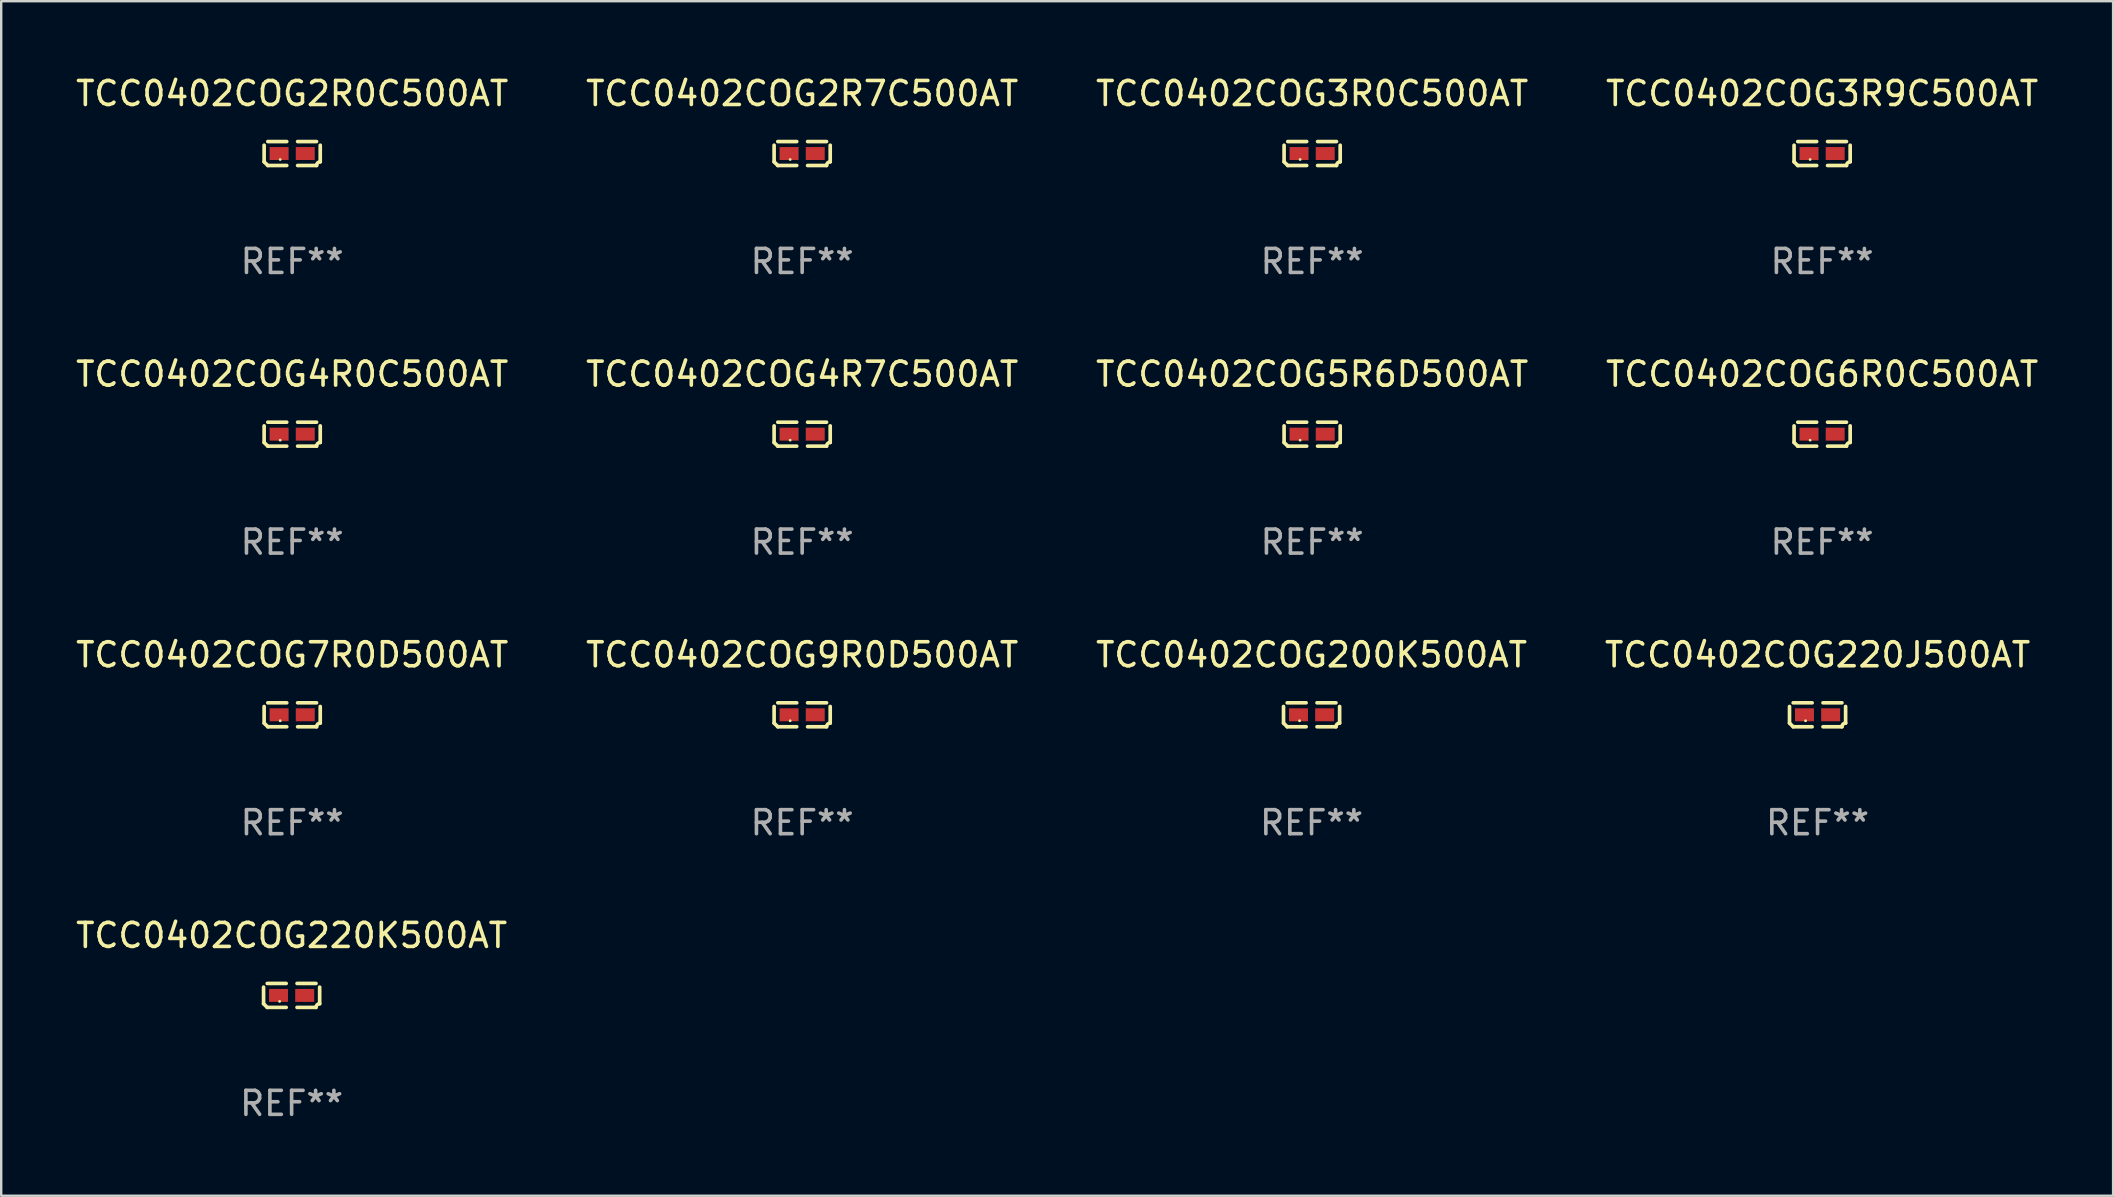
<source format=kicad_pcb>
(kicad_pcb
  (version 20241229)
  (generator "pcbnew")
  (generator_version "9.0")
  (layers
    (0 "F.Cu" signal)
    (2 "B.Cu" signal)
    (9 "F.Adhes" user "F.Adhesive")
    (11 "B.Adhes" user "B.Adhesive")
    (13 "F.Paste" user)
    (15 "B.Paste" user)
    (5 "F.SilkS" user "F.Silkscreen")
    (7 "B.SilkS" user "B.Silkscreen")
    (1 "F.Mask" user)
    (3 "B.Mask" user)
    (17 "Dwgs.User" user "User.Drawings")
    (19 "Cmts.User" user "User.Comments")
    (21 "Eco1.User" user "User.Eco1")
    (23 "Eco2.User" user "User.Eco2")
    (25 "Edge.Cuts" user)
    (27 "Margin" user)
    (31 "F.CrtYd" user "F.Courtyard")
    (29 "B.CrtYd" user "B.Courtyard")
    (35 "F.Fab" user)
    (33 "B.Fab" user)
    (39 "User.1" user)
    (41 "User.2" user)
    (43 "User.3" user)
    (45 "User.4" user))
  (footprint "TCC0402COG9R0D500AT"
    (layer "F.Cu")
    (at 30.375 26.734)
    (property "Reference" "TCC0402COG9R0D500AT" (at 0 -2.499 0) (layer "F.SilkS") (effects (font (size 1 1) (thickness 0.15))))
    (attr through_hole)
    (fp_line (start -1.169 0.346) (end -1.169 -0.346) (stroke (width 0.152) (type solid)) (layer "F.SilkS"))
    (fp_line (start -1.016 -0.499) (end -0.226 -0.499) (stroke (width 0.152) (type solid)) (layer "F.SilkS"))
    (fp_line (start -0.226 0.499) (end -1.016 0.499) (stroke (width 0.152) (type solid)) (layer "F.SilkS"))
    (fp_line (start 0.226 0.499) (end 1.016 0.499) (stroke (width 0.152) (type solid)) (layer "F.SilkS"))
    (fp_line (start 1.016 -0.499) (end 0.226 -0.499) (stroke (width 0.152) (type solid)) (layer "F.SilkS"))
    (fp_line (start 1.169 0.346) (end 1.169 -0.346) (stroke (width 0.152) (type solid)) (layer "F.SilkS"))
    (fp_arc (start -1.016307 0.498603) (mid -1.092512 0.422405) (end -1.16871 0.3462) (stroke (width 0.1524) (type solid)) (layer "F.SilkS"))
    (fp_arc (start 1.016307 0.498603) (mid 1.060899 0.390758) (end 1.168707 0.346076) (stroke (width 0.1524) (type solid)) (layer "F.SilkS"))
    (fp_circle (center -0.5 0.25) (end -0.47 0.25) (stroke (width 0.06) (type solid)) (fill no) (layer "F.SilkS"))
    (fp_text user "REF**" (at 0 4.499 0) (layer "F.Fab") (effects (font (size 1 1) (thickness 0.15))))
    (pad "1" smd rect (at -0.545 0) (size 0.79 0.54) (layers "F.Cu" "F.Mask" "F.Paste"))
    (pad "2" smd rect (at 0.545 0) (size 0.79 0.54) (layers "F.Cu" "F.Mask" "F.Paste")))
  (footprint "TCC0402COG200K500AT"
    (layer "F.Cu")
    (at 51.601 26.734)
    (property "Reference" "TCC0402COG200K500AT" (at 0 -2.499 0) (layer "F.SilkS") (effects (font (size 1 1) (thickness 0.15))))
    (attr through_hole)
    (fp_line (start -1.169 0.346) (end -1.169 -0.346) (stroke (width 0.152) (type solid)) (layer "F.SilkS"))
    (fp_line (start -1.016 -0.499) (end -0.226 -0.499) (stroke (width 0.152) (type solid)) (layer "F.SilkS"))
    (fp_line (start -0.226 0.499) (end -1.016 0.499) (stroke (width 0.152) (type solid)) (layer "F.SilkS"))
    (fp_line (start 0.226 0.499) (end 1.016 0.499) (stroke (width 0.152) (type solid)) (layer "F.SilkS"))
    (fp_line (start 1.016 -0.499) (end 0.226 -0.499) (stroke (width 0.152) (type solid)) (layer "F.SilkS"))
    (fp_line (start 1.169 0.346) (end 1.169 -0.346) (stroke (width 0.152) (type solid)) (layer "F.SilkS"))
    (fp_arc (start -1.016307 0.498603) (mid -1.092512 0.422405) (end -1.16871 0.3462) (stroke (width 0.1524) (type solid)) (layer "F.SilkS"))
    (fp_arc (start 1.016307 0.498603) (mid 1.060899 0.390758) (end 1.168707 0.346076) (stroke (width 0.1524) (type solid)) (layer "F.SilkS"))
    (fp_circle (center -0.5 0.25) (end -0.47 0.25) (stroke (width 0.06) (type solid)) (fill no) (layer "F.SilkS"))
    (fp_text user "REF**" (at 0 4.499 0) (layer "F.Fab") (effects (font (size 1 1) (thickness 0.15))))
    (pad "1" smd rect (at -0.545 0) (size 0.79 0.54) (layers "F.Cu" "F.Mask" "F.Paste"))
    (pad "2" smd rect (at 0.545 0) (size 0.79 0.54) (layers "F.Cu" "F.Mask" "F.Paste")))
  (footprint "TCC0402COG3R0C500AT"
    (layer "F.Cu")
    (at 51.625 3.347)
    (property "Reference" "TCC0402COG3R0C500AT" (at 0 -2.499 0) (layer "F.SilkS") (effects (font (size 1 1) (thickness 0.15))))
    (attr through_hole)
    (fp_line (start -1.169 0.346) (end -1.169 -0.346) (stroke (width 0.152) (type solid)) (layer "F.SilkS"))
    (fp_line (start -1.016 -0.499) (end -0.226 -0.499) (stroke (width 0.152) (type solid)) (layer "F.SilkS"))
    (fp_line (start -0.226 0.499) (end -1.016 0.499) (stroke (width 0.152) (type solid)) (layer "F.SilkS"))
    (fp_line (start 0.226 0.499) (end 1.016 0.499) (stroke (width 0.152) (type solid)) (layer "F.SilkS"))
    (fp_line (start 1.016 -0.499) (end 0.226 -0.499) (stroke (width 0.152) (type solid)) (layer "F.SilkS"))
    (fp_line (start 1.169 0.346) (end 1.169 -0.346) (stroke (width 0.152) (type solid)) (layer "F.SilkS"))
    (fp_arc (start -1.016307 0.498603) (mid -1.092512 0.422405) (end -1.16871 0.3462) (stroke (width 0.1524) (type solid)) (layer "F.SilkS"))
    (fp_arc (start 1.016307 0.498603) (mid 1.060899 0.390758) (end 1.168707 0.346076) (stroke (width 0.1524) (type solid)) (layer "F.SilkS"))
    (fp_circle (center -0.5 0.25) (end -0.47 0.25) (stroke (width 0.06) (type solid)) (fill no) (layer "F.SilkS"))
    (fp_text user "REF**" (at 0 4.499 0) (layer "F.Fab") (effects (font (size 1 1) (thickness 0.15))))
    (pad "1" smd rect (at -0.545 0) (size 0.79 0.54) (layers "F.Cu" "F.Mask" "F.Paste"))
    (pad "2" smd rect (at 0.545 0) (size 0.79 0.54) (layers "F.Cu" "F.Mask" "F.Paste")))
  (footprint "TCC0402COG6R0C500AT"
    (layer "F.Cu")
    (at 72.875 15.041)
    (property "Reference" "TCC0402COG6R0C500AT" (at 0 -2.499 0) (layer "F.SilkS") (effects (font (size 1 1) (thickness 0.15))))
    (attr through_hole)
    (fp_line (start -1.169 0.346) (end -1.169 -0.346) (stroke (width 0.152) (type solid)) (layer "F.SilkS"))
    (fp_line (start -1.016 -0.499) (end -0.226 -0.499) (stroke (width 0.152) (type solid)) (layer "F.SilkS"))
    (fp_line (start -0.226 0.499) (end -1.016 0.499) (stroke (width 0.152) (type solid)) (layer "F.SilkS"))
    (fp_line (start 0.226 0.499) (end 1.016 0.499) (stroke (width 0.152) (type solid)) (layer "F.SilkS"))
    (fp_line (start 1.016 -0.499) (end 0.226 -0.499) (stroke (width 0.152) (type solid)) (layer "F.SilkS"))
    (fp_line (start 1.169 0.346) (end 1.169 -0.346) (stroke (width 0.152) (type solid)) (layer "F.SilkS"))
    (fp_arc (start -1.016307 0.498603) (mid -1.092512 0.422405) (end -1.16871 0.3462) (stroke (width 0.1524) (type solid)) (layer "F.SilkS"))
    (fp_arc (start 1.016307 0.498603) (mid 1.060899 0.390758) (end 1.168707 0.346076) (stroke (width 0.1524) (type solid)) (layer "F.SilkS"))
    (fp_circle (center -0.5 0.25) (end -0.47 0.25) (stroke (width 0.06) (type solid)) (fill no) (layer "F.SilkS"))
    (fp_text user "REF**" (at 0 4.499 0) (layer "F.Fab") (effects (font (size 1 1) (thickness 0.15))))
    (pad "1" smd rect (at -0.545 0) (size 0.79 0.54) (layers "F.Cu" "F.Mask" "F.Paste"))
    (pad "2" smd rect (at 0.545 0) (size 0.79 0.54) (layers "F.Cu" "F.Mask" "F.Paste")))
  (footprint "TCC0402COG3R9C500AT"
    (layer "F.Cu")
    (at 72.875 3.347)
    (property "Reference" "TCC0402COG3R9C500AT" (at 0 -2.499 0) (layer "F.SilkS") (effects (font (size 1 1) (thickness 0.15))))
    (attr through_hole)
    (fp_line (start -1.169 0.346) (end -1.169 -0.346) (stroke (width 0.152) (type solid)) (layer "F.SilkS"))
    (fp_line (start -1.016 -0.499) (end -0.226 -0.499) (stroke (width 0.152) (type solid)) (layer "F.SilkS"))
    (fp_line (start -0.226 0.499) (end -1.016 0.499) (stroke (width 0.152) (type solid)) (layer "F.SilkS"))
    (fp_line (start 0.226 0.499) (end 1.016 0.499) (stroke (width 0.152) (type solid)) (layer "F.SilkS"))
    (fp_line (start 1.016 -0.499) (end 0.226 -0.499) (stroke (width 0.152) (type solid)) (layer "F.SilkS"))
    (fp_line (start 1.169 0.346) (end 1.169 -0.346) (stroke (width 0.152) (type solid)) (layer "F.SilkS"))
    (fp_arc (start -1.016307 0.498603) (mid -1.092512 0.422405) (end -1.16871 0.3462) (stroke (width 0.1524) (type solid)) (layer "F.SilkS"))
    (fp_arc (start 1.016307 0.498603) (mid 1.060899 0.390758) (end 1.168707 0.346076) (stroke (width 0.1524) (type solid)) (layer "F.SilkS"))
    (fp_circle (center -0.5 0.25) (end -0.47 0.25) (stroke (width 0.06) (type solid)) (fill no) (layer "F.SilkS"))
    (fp_text user "REF**" (at 0 4.499 0) (layer "F.Fab") (effects (font (size 1 1) (thickness 0.15))))
    (pad "1" smd rect (at -0.545 0) (size 0.79 0.54) (layers "F.Cu" "F.Mask" "F.Paste"))
    (pad "2" smd rect (at 0.545 0) (size 0.79 0.54) (layers "F.Cu" "F.Mask" "F.Paste")))
  (footprint "TCC0402COG220J500AT"
    (layer "F.Cu")
    (at 72.685 26.734)
    (property "Reference" "TCC0402COG220J500AT" (at 0 -2.499 0) (layer "F.SilkS") (effects (font (size 1 1) (thickness 0.15))))
    (attr through_hole)
    (fp_line (start -1.169 0.346) (end -1.169 -0.346) (stroke (width 0.152) (type solid)) (layer "F.SilkS"))
    (fp_line (start -1.016 -0.499) (end -0.226 -0.499) (stroke (width 0.152) (type solid)) (layer "F.SilkS"))
    (fp_line (start -0.226 0.499) (end -1.016 0.499) (stroke (width 0.152) (type solid)) (layer "F.SilkS"))
    (fp_line (start 0.226 0.499) (end 1.016 0.499) (stroke (width 0.152) (type solid)) (layer "F.SilkS"))
    (fp_line (start 1.016 -0.499) (end 0.226 -0.499) (stroke (width 0.152) (type solid)) (layer "F.SilkS"))
    (fp_line (start 1.169 0.346) (end 1.169 -0.346) (stroke (width 0.152) (type solid)) (layer "F.SilkS"))
    (fp_arc (start -1.016307 0.498603) (mid -1.092512 0.422405) (end -1.16871 0.3462) (stroke (width 0.1524) (type solid)) (layer "F.SilkS"))
    (fp_arc (start 1.016307 0.498603) (mid 1.060899 0.390758) (end 1.168707 0.346076) (stroke (width 0.1524) (type solid)) (layer "F.SilkS"))
    (fp_circle (center -0.5 0.25) (end -0.47 0.25) (stroke (width 0.06) (type solid)) (fill no) (layer "F.SilkS"))
    (fp_text user "REF**" (at 0 4.499 0) (layer "F.Fab") (effects (font (size 1 1) (thickness 0.15))))
    (pad "1" smd rect (at -0.545 0) (size 0.79 0.54) (layers "F.Cu" "F.Mask" "F.Paste"))
    (pad "2" smd rect (at 0.545 0) (size 0.79 0.54) (layers "F.Cu" "F.Mask" "F.Paste")))
  (footprint "TCC0402COG2R7C500AT"
    (layer "F.Cu")
    (at 30.375 3.347)
    (property "Reference" "TCC0402COG2R7C500AT" (at 0 -2.499 0) (layer "F.SilkS") (effects (font (size 1 1) (thickness 0.15))))
    (attr through_hole)
    (fp_line (start -1.169 0.346) (end -1.169 -0.346) (stroke (width 0.152) (type solid)) (layer "F.SilkS"))
    (fp_line (start -1.016 -0.499) (end -0.226 -0.499) (stroke (width 0.152) (type solid)) (layer "F.SilkS"))
    (fp_line (start -0.226 0.499) (end -1.016 0.499) (stroke (width 0.152) (type solid)) (layer "F.SilkS"))
    (fp_line (start 0.226 0.499) (end 1.016 0.499) (stroke (width 0.152) (type solid)) (layer "F.SilkS"))
    (fp_line (start 1.016 -0.499) (end 0.226 -0.499) (stroke (width 0.152) (type solid)) (layer "F.SilkS"))
    (fp_line (start 1.169 0.346) (end 1.169 -0.346) (stroke (width 0.152) (type solid)) (layer "F.SilkS"))
    (fp_arc (start -1.016307 0.498603) (mid -1.092512 0.422405) (end -1.16871 0.3462) (stroke (width 0.1524) (type solid)) (layer "F.SilkS"))
    (fp_arc (start 1.016307 0.498603) (mid 1.060899 0.390758) (end 1.168707 0.346076) (stroke (width 0.1524) (type solid)) (layer "F.SilkS"))
    (fp_circle (center -0.5 0.25) (end -0.47 0.25) (stroke (width 0.06) (type solid)) (fill no) (layer "F.SilkS"))
    (fp_text user "REF**" (at 0 4.499 0) (layer "F.Fab") (effects (font (size 1 1) (thickness 0.15))))
    (pad "1" smd rect (at -0.545 0) (size 0.79 0.54) (layers "F.Cu" "F.Mask" "F.Paste"))
    (pad "2" smd rect (at 0.545 0) (size 0.79 0.54) (layers "F.Cu" "F.Mask" "F.Paste")))
  (footprint "TCC0402COG5R6D500AT"
    (layer "F.Cu")
    (at 51.625 15.041)
    (property "Reference" "TCC0402COG5R6D500AT" (at 0 -2.499 0) (layer "F.SilkS") (effects (font (size 1 1) (thickness 0.15))))
    (attr through_hole)
    (fp_line (start -1.169 0.346) (end -1.169 -0.346) (stroke (width 0.152) (type solid)) (layer "F.SilkS"))
    (fp_line (start -1.016 -0.499) (end -0.226 -0.499) (stroke (width 0.152) (type solid)) (layer "F.SilkS"))
    (fp_line (start -0.226 0.499) (end -1.016 0.499) (stroke (width 0.152) (type solid)) (layer "F.SilkS"))
    (fp_line (start 0.226 0.499) (end 1.016 0.499) (stroke (width 0.152) (type solid)) (layer "F.SilkS"))
    (fp_line (start 1.016 -0.499) (end 0.226 -0.499) (stroke (width 0.152) (type solid)) (layer "F.SilkS"))
    (fp_line (start 1.169 0.346) (end 1.169 -0.346) (stroke (width 0.152) (type solid)) (layer "F.SilkS"))
    (fp_arc (start -1.016307 0.498603) (mid -1.092512 0.422405) (end -1.16871 0.3462) (stroke (width 0.1524) (type solid)) (layer "F.SilkS"))
    (fp_arc (start 1.016307 0.498603) (mid 1.060899 0.390758) (end 1.168707 0.346076) (stroke (width 0.1524) (type solid)) (layer "F.SilkS"))
    (fp_circle (center -0.5 0.25) (end -0.47 0.25) (stroke (width 0.06) (type solid)) (fill no) (layer "F.SilkS"))
    (fp_text user "REF**" (at 0 4.499 0) (layer "F.Fab") (effects (font (size 1 1) (thickness 0.15))))
    (pad "1" smd rect (at -0.545 0) (size 0.79 0.54) (layers "F.Cu" "F.Mask" "F.Paste"))
    (pad "2" smd rect (at 0.545 0) (size 0.79 0.54) (layers "F.Cu" "F.Mask" "F.Paste")))
  (footprint "TCC0402COG4R7C500AT"
    (layer "F.Cu")
    (at 30.375 15.041)
    (property "Reference" "TCC0402COG4R7C500AT" (at 0 -2.499 0) (layer "F.SilkS") (effects (font (size 1 1) (thickness 0.15))))
    (attr through_hole)
    (fp_line (start -1.169 0.346) (end -1.169 -0.346) (stroke (width 0.152) (type solid)) (layer "F.SilkS"))
    (fp_line (start -1.016 -0.499) (end -0.226 -0.499) (stroke (width 0.152) (type solid)) (layer "F.SilkS"))
    (fp_line (start -0.226 0.499) (end -1.016 0.499) (stroke (width 0.152) (type solid)) (layer "F.SilkS"))
    (fp_line (start 0.226 0.499) (end 1.016 0.499) (stroke (width 0.152) (type solid)) (layer "F.SilkS"))
    (fp_line (start 1.016 -0.499) (end 0.226 -0.499) (stroke (width 0.152) (type solid)) (layer "F.SilkS"))
    (fp_line (start 1.169 0.346) (end 1.169 -0.346) (stroke (width 0.152) (type solid)) (layer "F.SilkS"))
    (fp_arc (start -1.016307 0.498603) (mid -1.092512 0.422405) (end -1.16871 0.3462) (stroke (width 0.1524) (type solid)) (layer "F.SilkS"))
    (fp_arc (start 1.016307 0.498603) (mid 1.060899 0.390758) (end 1.168707 0.346076) (stroke (width 0.1524) (type solid)) (layer "F.SilkS"))
    (fp_circle (center -0.5 0.25) (end -0.47 0.25) (stroke (width 0.06) (type solid)) (fill no) (layer "F.SilkS"))
    (fp_text user "REF**" (at 0 4.499 0) (layer "F.Fab") (effects (font (size 1 1) (thickness 0.15))))
    (pad "1" smd rect (at -0.545 0) (size 0.79 0.54) (layers "F.Cu" "F.Mask" "F.Paste"))
    (pad "2" smd rect (at 0.545 0) (size 0.79 0.54) (layers "F.Cu" "F.Mask" "F.Paste")))
  (footprint "TCC0402COG7R0D500AT"
    (layer "F.Cu")
    (at 9.125 26.734)
    (property "Reference" "TCC0402COG7R0D500AT" (at 0 -2.499 0) (layer "F.SilkS") (effects (font (size 1 1) (thickness 0.15))))
    (attr through_hole)
    (fp_line (start -1.169 0.346) (end -1.169 -0.346) (stroke (width 0.152) (type solid)) (layer "F.SilkS"))
    (fp_line (start -1.016 -0.499) (end -0.226 -0.499) (stroke (width 0.152) (type solid)) (layer "F.SilkS"))
    (fp_line (start -0.226 0.499) (end -1.016 0.499) (stroke (width 0.152) (type solid)) (layer "F.SilkS"))
    (fp_line (start 0.226 0.499) (end 1.016 0.499) (stroke (width 0.152) (type solid)) (layer "F.SilkS"))
    (fp_line (start 1.016 -0.499) (end 0.226 -0.499) (stroke (width 0.152) (type solid)) (layer "F.SilkS"))
    (fp_line (start 1.169 0.346) (end 1.169 -0.346) (stroke (width 0.152) (type solid)) (layer "F.SilkS"))
    (fp_arc (start -1.016307 0.498603) (mid -1.092512 0.422405) (end -1.16871 0.3462) (stroke (width 0.1524) (type solid)) (layer "F.SilkS"))
    (fp_arc (start 1.016307 0.498603) (mid 1.060899 0.390758) (end 1.168707 0.346076) (stroke (width 0.1524) (type solid)) (layer "F.SilkS"))
    (fp_circle (center -0.5 0.25) (end -0.47 0.25) (stroke (width 0.06) (type solid)) (fill no) (layer "F.SilkS"))
    (fp_text user "REF**" (at 0 4.499 0) (layer "F.Fab") (effects (font (size 1 1) (thickness 0.15))))
    (pad "1" smd rect (at -0.545 0) (size 0.79 0.54) (layers "F.Cu" "F.Mask" "F.Paste"))
    (pad "2" smd rect (at 0.545 0) (size 0.79 0.54) (layers "F.Cu" "F.Mask" "F.Paste")))
  (footprint "TCC0402COG4R0C500AT"
    (layer "F.Cu")
    (at 9.125 15.041)
    (property "Reference" "TCC0402COG4R0C500AT" (at 0 -2.499 0) (layer "F.SilkS") (effects (font (size 1 1) (thickness 0.15))))
    (attr through_hole)
    (fp_line (start -1.169 0.346) (end -1.169 -0.346) (stroke (width 0.152) (type solid)) (layer "F.SilkS"))
    (fp_line (start -1.016 -0.499) (end -0.226 -0.499) (stroke (width 0.152) (type solid)) (layer "F.SilkS"))
    (fp_line (start -0.226 0.499) (end -1.016 0.499) (stroke (width 0.152) (type solid)) (layer "F.SilkS"))
    (fp_line (start 0.226 0.499) (end 1.016 0.499) (stroke (width 0.152) (type solid)) (layer "F.SilkS"))
    (fp_line (start 1.016 -0.499) (end 0.226 -0.499) (stroke (width 0.152) (type solid)) (layer "F.SilkS"))
    (fp_line (start 1.169 0.346) (end 1.169 -0.346) (stroke (width 0.152) (type solid)) (layer "F.SilkS"))
    (fp_arc (start -1.016307 0.498603) (mid -1.092512 0.422405) (end -1.16871 0.3462) (stroke (width 0.1524) (type solid)) (layer "F.SilkS"))
    (fp_arc (start 1.016307 0.498603) (mid 1.060899 0.390758) (end 1.168707 0.346076) (stroke (width 0.1524) (type solid)) (layer "F.SilkS"))
    (fp_circle (center -0.5 0.25) (end -0.47 0.25) (stroke (width 0.06) (type solid)) (fill no) (layer "F.SilkS"))
    (fp_text user "REF**" (at 0 4.499 0) (layer "F.Fab") (effects (font (size 1 1) (thickness 0.15))))
    (pad "1" smd rect (at -0.545 0) (size 0.79 0.54) (layers "F.Cu" "F.Mask" "F.Paste"))
    (pad "2" smd rect (at 0.545 0) (size 0.79 0.54) (layers "F.Cu" "F.Mask" "F.Paste")))
  (footprint "TCC0402COG2R0C500AT"
    (layer "F.Cu")
    (at 9.125 3.347)
    (property "Reference" "TCC0402COG2R0C500AT" (at 0 -2.499 0) (layer "F.SilkS") (effects (font (size 1 1) (thickness 0.15))))
    (attr through_hole)
    (fp_line (start -1.169 0.346) (end -1.169 -0.346) (stroke (width 0.152) (type solid)) (layer "F.SilkS"))
    (fp_line (start -1.016 -0.499) (end -0.226 -0.499) (stroke (width 0.152) (type solid)) (layer "F.SilkS"))
    (fp_line (start -0.226 0.499) (end -1.016 0.499) (stroke (width 0.152) (type solid)) (layer "F.SilkS"))
    (fp_line (start 0.226 0.499) (end 1.016 0.499) (stroke (width 0.152) (type solid)) (layer "F.SilkS"))
    (fp_line (start 1.016 -0.499) (end 0.226 -0.499) (stroke (width 0.152) (type solid)) (layer "F.SilkS"))
    (fp_line (start 1.169 0.346) (end 1.169 -0.346) (stroke (width 0.152) (type solid)) (layer "F.SilkS"))
    (fp_arc (start -1.016307 0.498603) (mid -1.092512 0.422405) (end -1.16871 0.3462) (stroke (width 0.1524) (type solid)) (layer "F.SilkS"))
    (fp_arc (start 1.016307 0.498603) (mid 1.060899 0.390758) (end 1.168707 0.346076) (stroke (width 0.1524) (type solid)) (layer "F.SilkS"))
    (fp_circle (center -0.5 0.25) (end -0.47 0.25) (stroke (width 0.06) (type solid)) (fill no) (layer "F.SilkS"))
    (fp_text user "REF**" (at 0 4.499 0) (layer "F.Fab") (effects (font (size 1 1) (thickness 0.15))))
    (pad "1" smd rect (at -0.545 0) (size 0.79 0.54) (layers "F.Cu" "F.Mask" "F.Paste"))
    (pad "2" smd rect (at 0.545 0) (size 0.79 0.54) (layers "F.Cu" "F.Mask" "F.Paste")))
  (footprint "TCC0402COG220K500AT"
    (layer "F.Cu")
    (at 9.101 38.428)
    (property "Reference" "TCC0402COG220K500AT" (at 0 -2.499 0) (layer "F.SilkS") (effects (font (size 1 1) (thickness 0.15))))
    (attr through_hole)
    (fp_line (start -1.169 0.346) (end -1.169 -0.346) (stroke (width 0.152) (type solid)) (layer "F.SilkS"))
    (fp_line (start -1.016 -0.499) (end -0.226 -0.499) (stroke (width 0.152) (type solid)) (layer "F.SilkS"))
    (fp_line (start -0.226 0.499) (end -1.016 0.499) (stroke (width 0.152) (type solid)) (layer "F.SilkS"))
    (fp_line (start 0.226 0.499) (end 1.016 0.499) (stroke (width 0.152) (type solid)) (layer "F.SilkS"))
    (fp_line (start 1.016 -0.499) (end 0.226 -0.499) (stroke (width 0.152) (type solid)) (layer "F.SilkS"))
    (fp_line (start 1.169 0.346) (end 1.169 -0.346) (stroke (width 0.152) (type solid)) (layer "F.SilkS"))
    (fp_arc (start -1.016307 0.498603) (mid -1.092512 0.422405) (end -1.16871 0.3462) (stroke (width 0.1524) (type solid)) (layer "F.SilkS"))
    (fp_arc (start 1.016307 0.498603) (mid 1.060899 0.390758) (end 1.168707 0.346076) (stroke (width 0.1524) (type solid)) (layer "F.SilkS"))
    (fp_circle (center -0.5 0.25) (end -0.47 0.25) (stroke (width 0.06) (type solid)) (fill no) (layer "F.SilkS"))
    (fp_text user "REF**" (at 0 4.499 0) (layer "F.Fab") (effects (font (size 1 1) (thickness 0.15))))
    (pad "1" smd rect (at -0.545 0) (size 0.79 0.54) (layers "F.Cu" "F.Mask" "F.Paste"))
    (pad "2" smd rect (at 0.545 0) (size 0.79 0.54) (layers "F.Cu" "F.Mask" "F.Paste")))
  (gr_rect
    (start -3 -3)
    (end 85 46.775)
    (stroke (width 0.1) (type default))
    (fill no)
    (layer "Edge.Cuts")))
</source>
